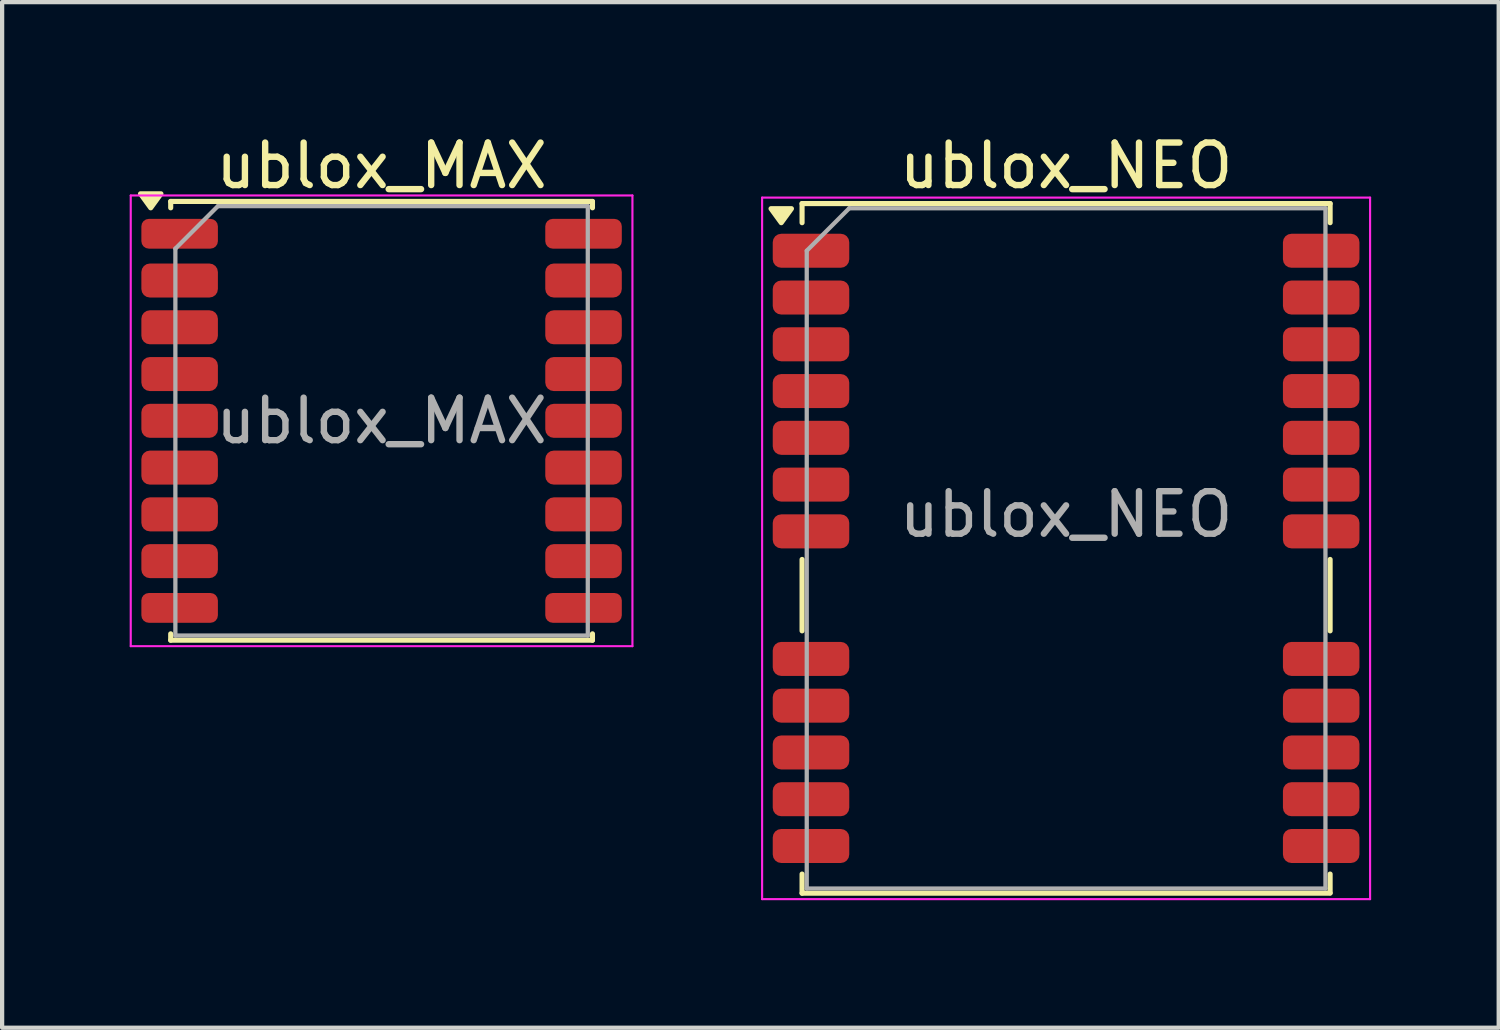
<source format=kicad_pcb>
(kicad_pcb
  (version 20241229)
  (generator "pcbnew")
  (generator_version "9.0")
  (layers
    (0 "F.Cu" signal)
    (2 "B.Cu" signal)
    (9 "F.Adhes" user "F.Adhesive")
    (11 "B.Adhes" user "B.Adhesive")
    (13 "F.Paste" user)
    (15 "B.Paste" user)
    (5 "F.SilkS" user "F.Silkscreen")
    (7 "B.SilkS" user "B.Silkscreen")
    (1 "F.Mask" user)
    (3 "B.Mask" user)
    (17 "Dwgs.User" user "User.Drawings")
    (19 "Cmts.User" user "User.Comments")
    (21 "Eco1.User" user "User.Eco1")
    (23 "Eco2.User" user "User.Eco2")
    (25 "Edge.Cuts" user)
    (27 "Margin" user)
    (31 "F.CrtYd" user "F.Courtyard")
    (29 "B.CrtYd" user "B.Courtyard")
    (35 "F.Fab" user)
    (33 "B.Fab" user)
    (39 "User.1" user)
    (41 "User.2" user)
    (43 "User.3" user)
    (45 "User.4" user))
  (footprint "ublox_NEO"
    (layer "F.Cu")
    (at 22.025 9.848)
    (property "Reference" "ublox_NEO" (at 0 -9 0) (layer "F.SilkS") (effects (font (size 1 1) (thickness 0.15))))
    (attr smd)
    (fp_line (start -6.21 -8.11) (end -6.21 -7.66) (stroke (width 0.12) (type solid)) (layer "F.SilkS"))
    (fp_line (start -6.21 -8.11) (end 6.21 -8.11) (stroke (width 0.12) (type solid)) (layer "F.SilkS"))
    (fp_line (start -6.21 0.26) (end -6.21 1.94) (stroke (width 0.12) (type solid)) (layer "F.SilkS"))
    (fp_line (start -6.21 7.66) (end -6.21 8.11) (stroke (width 0.12) (type solid)) (layer "F.SilkS"))
    (fp_line (start -6.21 8.11) (end 6.21 8.11) (stroke (width 0.12) (type solid)) (layer "F.SilkS"))
    (fp_line (start 6.21 -8.11) (end 6.21 -7.66) (stroke (width 0.12) (type solid)) (layer "F.SilkS"))
    (fp_line (start 6.21 0.26) (end 6.21 1.94) (stroke (width 0.12) (type solid)) (layer "F.SilkS"))
    (fp_line (start 6.21 7.66) (end 6.21 8.1) (stroke (width 0.12) (type solid)) (layer "F.SilkS"))
    (fp_poly (pts (xy -6.7 -7.66) (xy -6.94 -7.99) (xy -6.46 -7.99) (xy -6.7 -7.66)) (stroke (width 0.12) (type solid)) (fill yes) (layer "F.SilkS"))
    (fp_line (start -7.15 -8.25) (end -7.15 8.25) (stroke (width 0.05) (type solid)) (layer "F.CrtYd"))
    (fp_line (start -7.15 -8.25) (end 7.15 -8.25) (stroke (width 0.05) (type solid)) (layer "F.CrtYd"))
    (fp_line (start -7.15 8.25) (end 7.15 8.25) (stroke (width 0.05) (type solid)) (layer "F.CrtYd"))
    (fp_line (start 7.15 -8.25) (end 7.15 8.25) (stroke (width 0.05) (type solid)) (layer "F.CrtYd"))
    (fp_line (start -6.1 -7) (end -6.1 8) (stroke (width 0.1) (type solid)) (layer "F.Fab"))
    (fp_line (start -6.1 8) (end 6.1 8) (stroke (width 0.1) (type solid)) (layer "F.Fab"))
    (fp_line (start -5.1 -8) (end -6.1 -7) (stroke (width 0.1) (type solid)) (layer "F.Fab"))
    (fp_line (start -5.1 -8) (end 6.1 -8) (stroke (width 0.1) (type solid)) (layer "F.Fab"))
    (fp_line (start 6.1 -8) (end 6.1 8) (stroke (width 0.1) (type solid)) (layer "F.Fab"))
    (fp_text user "${REFERENCE}" (at 0 -0.8 0) (layer "F.Fab") (effects (font (size 1 1) (thickness 0.15))))
    (pad "1" smd roundrect (at -6 -7) (size 1.8 0.8) (layers "F.Cu" "F.Mask" "F.Paste") (roundrect_rratio 0.25))
    (pad "2" smd roundrect (at -6 -5.9) (size 1.8 0.8) (layers "F.Cu" "F.Mask" "F.Paste") (roundrect_rratio 0.25))
    (pad "3" smd roundrect (at -6 -4.8) (size 1.8 0.8) (layers "F.Cu" "F.Mask" "F.Paste") (roundrect_rratio 0.25))
    (pad "4" smd roundrect (at -6 -3.7) (size 1.8 0.8) (layers "F.Cu" "F.Mask" "F.Paste") (roundrect_rratio 0.25))
    (pad "5" smd roundrect (at -6 -2.6) (size 1.8 0.8) (layers "F.Cu" "F.Mask" "F.Paste") (roundrect_rratio 0.25))
    (pad "6" smd roundrect (at -6 -1.5) (size 1.8 0.8) (layers "F.Cu" "F.Mask" "F.Paste") (roundrect_rratio 0.25))
    (pad "7" smd roundrect (at -6 -0.4) (size 1.8 0.8) (layers "F.Cu" "F.Mask" "F.Paste") (roundrect_rratio 0.25))
    (pad "8" smd roundrect (at -6 2.6) (size 1.8 0.8) (layers "F.Cu" "F.Mask" "F.Paste") (roundrect_rratio 0.25))
    (pad "9" smd roundrect (at -6 3.7) (size 1.8 0.8) (layers "F.Cu" "F.Mask" "F.Paste") (roundrect_rratio 0.25))
    (pad "10" smd roundrect (at -6 4.8) (size 1.8 0.8) (layers "F.Cu" "F.Mask" "F.Paste") (roundrect_rratio 0.25))
    (pad "11" smd roundrect (at -6 5.9) (size 1.8 0.8) (layers "F.Cu" "F.Mask" "F.Paste") (roundrect_rratio 0.25))
    (pad "12" smd roundrect (at -6 7) (size 1.8 0.8) (layers "F.Cu" "F.Mask" "F.Paste") (roundrect_rratio 0.25))
    (pad "13" smd roundrect (at 6 7) (size 1.8 0.8) (layers "F.Cu" "F.Mask" "F.Paste") (roundrect_rratio 0.25))
    (pad "14" smd roundrect (at 6 5.9) (size 1.8 0.8) (layers "F.Cu" "F.Mask" "F.Paste") (roundrect_rratio 0.25))
    (pad "15" smd roundrect (at 6 4.8) (size 1.8 0.8) (layers "F.Cu" "F.Mask" "F.Paste") (roundrect_rratio 0.25))
    (pad "16" smd roundrect (at 6 3.7) (size 1.8 0.8) (layers "F.Cu" "F.Mask" "F.Paste") (roundrect_rratio 0.25))
    (pad "17" smd roundrect (at 6 2.6) (size 1.8 0.8) (layers "F.Cu" "F.Mask" "F.Paste") (roundrect_rratio 0.25))
    (pad "18" smd roundrect (at 6 -0.4) (size 1.8 0.8) (layers "F.Cu" "F.Mask" "F.Paste") (roundrect_rratio 0.25))
    (pad "19" smd roundrect (at 6 -1.5) (size 1.8 0.8) (layers "F.Cu" "F.Mask" "F.Paste") (roundrect_rratio 0.25))
    (pad "20" smd roundrect (at 6 -2.6) (size 1.8 0.8) (layers "F.Cu" "F.Mask" "F.Paste") (roundrect_rratio 0.25))
    (pad "21" smd roundrect (at 6 -3.7) (size 1.8 0.8) (layers "F.Cu" "F.Mask" "F.Paste") (roundrect_rratio 0.25))
    (pad "22" smd roundrect (at 6 -4.8) (size 1.8 0.8) (layers "F.Cu" "F.Mask" "F.Paste") (roundrect_rratio 0.25))
    (pad "23" smd roundrect (at 6 -5.9) (size 1.8 0.8) (layers "F.Cu" "F.Mask" "F.Paste") (roundrect_rratio 0.25))
    (pad "24" smd roundrect (at 6 -7) (size 1.8 0.8) (layers "F.Cu" "F.Mask" "F.Paste") (roundrect_rratio 0.25)))
  (footprint "ublox_MAX"
    (layer "F.Cu")
    (at 5.925 6.848)
    (property "Reference" "ublox_MAX" (at 0 -6 0) (layer "F.SilkS") (effects (font (size 1 1) (thickness 0.15))))
    (attr smd)
    (fp_line (start -4.96 -5.16) (end -4.96 -5.01) (stroke (width 0.12) (type solid)) (layer "F.SilkS"))
    (fp_line (start -4.96 -5.16) (end 4.96 -5.16) (stroke (width 0.12) (type solid)) (layer "F.SilkS"))
    (fp_line (start -4.96 5.01) (end -4.96 5.16) (stroke (width 0.12) (type solid)) (layer "F.SilkS"))
    (fp_line (start -4.96 5.16) (end 4.96 5.16) (stroke (width 0.12) (type solid)) (layer "F.SilkS"))
    (fp_line (start 4.96 -5.16) (end 4.96 -5.01) (stroke (width 0.12) (type solid)) (layer "F.SilkS"))
    (fp_line (start 4.96 5.01) (end 4.96 5.16) (stroke (width 0.12) (type solid)) (layer "F.SilkS"))
    (fp_poly (pts (xy -5.43 -5.01) (xy -5.67 -5.34) (xy -5.19 -5.34) (xy -5.43 -5.01)) (stroke (width 0.12) (type solid)) (fill yes) (layer "F.SilkS"))
    (fp_line (start -5.9 -5.3) (end -5.9 5.3) (stroke (width 0.05) (type solid)) (layer "F.CrtYd"))
    (fp_line (start -5.9 -5.3) (end 5.9 -5.3) (stroke (width 0.05) (type solid)) (layer "F.CrtYd"))
    (fp_line (start -5.9 5.3) (end 5.9 5.3) (stroke (width 0.05) (type solid)) (layer "F.CrtYd"))
    (fp_line (start 5.9 -5.3) (end 5.9 5.3) (stroke (width 0.05) (type solid)) (layer "F.CrtYd"))
    (fp_line (start -4.85 -4.05) (end -4.85 5.05) (stroke (width 0.1) (type solid)) (layer "F.Fab"))
    (fp_line (start -4.85 5.05) (end 4.85 5.05) (stroke (width 0.1) (type solid)) (layer "F.Fab"))
    (fp_line (start -3.85 -5.05) (end -4.85 -4.05) (stroke (width 0.1) (type solid)) (layer "F.Fab"))
    (fp_line (start -3.85 -5.05) (end 4.85 -5.05) (stroke (width 0.1) (type solid)) (layer "F.Fab"))
    (fp_line (start 4.85 -5.05) (end 4.85 5.05) (stroke (width 0.1) (type solid)) (layer "F.Fab"))
    (fp_text user "${REFERENCE}" (at 0 0 0) (layer "F.Fab") (effects (font (size 1 1) (thickness 0.15))))
    (pad "1" smd roundrect (at -4.75 -4.4) (size 1.8 0.7) (layers "F.Cu" "F.Mask" "F.Paste") (roundrect_rratio 0.25))
    (pad "2" smd roundrect (at -4.75 -3.3) (size 1.8 0.8) (layers "F.Cu" "F.Mask" "F.Paste") (roundrect_rratio 0.25))
    (pad "3" smd roundrect (at -4.75 -2.2) (size 1.8 0.8) (layers "F.Cu" "F.Mask" "F.Paste") (roundrect_rratio 0.25))
    (pad "4" smd roundrect (at -4.75 -1.1) (size 1.8 0.8) (layers "F.Cu" "F.Mask" "F.Paste") (roundrect_rratio 0.25))
    (pad "5" smd roundrect (at -4.75 0) (size 1.8 0.8) (layers "F.Cu" "F.Mask" "F.Paste") (roundrect_rratio 0.25))
    (pad "6" smd roundrect (at -4.75 1.1) (size 1.8 0.8) (layers "F.Cu" "F.Mask" "F.Paste") (roundrect_rratio 0.25))
    (pad "7" smd roundrect (at -4.75 2.2) (size 1.8 0.8) (layers "F.Cu" "F.Mask" "F.Paste") (roundrect_rratio 0.25))
    (pad "8" smd roundrect (at -4.75 3.3) (size 1.8 0.8) (layers "F.Cu" "F.Mask" "F.Paste") (roundrect_rratio 0.25))
    (pad "9" smd roundrect (at -4.75 4.4) (size 1.8 0.7) (layers "F.Cu" "F.Mask" "F.Paste") (roundrect_rratio 0.25))
    (pad "10" smd roundrect (at 4.75 4.4) (size 1.8 0.7) (layers "F.Cu" "F.Mask" "F.Paste") (roundrect_rratio 0.25))
    (pad "11" smd roundrect (at 4.75 3.3) (size 1.8 0.8) (layers "F.Cu" "F.Mask" "F.Paste") (roundrect_rratio 0.25))
    (pad "12" smd roundrect (at 4.75 2.2) (size 1.8 0.8) (layers "F.Cu" "F.Mask" "F.Paste") (roundrect_rratio 0.25))
    (pad "13" smd roundrect (at 4.75 1.1) (size 1.8 0.8) (layers "F.Cu" "F.Mask" "F.Paste") (roundrect_rratio 0.25))
    (pad "14" smd roundrect (at 4.75 0) (size 1.8 0.8) (layers "F.Cu" "F.Mask" "F.Paste") (roundrect_rratio 0.25))
    (pad "15" smd roundrect (at 4.75 -1.1) (size 1.8 0.8) (layers "F.Cu" "F.Mask" "F.Paste") (roundrect_rratio 0.25))
    (pad "16" smd roundrect (at 4.75 -2.2) (size 1.8 0.8) (layers "F.Cu" "F.Mask" "F.Paste") (roundrect_rratio 0.25))
    (pad "17" smd roundrect (at 4.75 -3.3) (size 1.8 0.8) (layers "F.Cu" "F.Mask" "F.Paste") (roundrect_rratio 0.25))
    (pad "18" smd roundrect (at 4.75 -4.4) (size 1.8 0.7) (layers "F.Cu" "F.Mask" "F.Paste") (roundrect_rratio 0.25)))
  (gr_rect
    (start -3 -3)
    (end 32.2 21.123)
    (stroke (width 0.1) (type default))
    (fill no)
    (layer "Edge.Cuts")))
</source>
